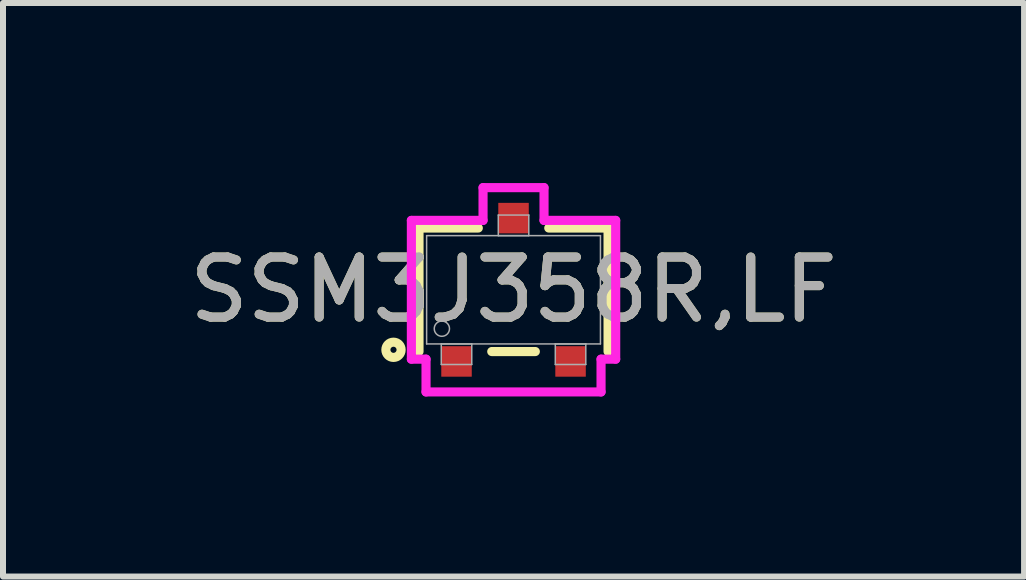
<source format=kicad_pcb>
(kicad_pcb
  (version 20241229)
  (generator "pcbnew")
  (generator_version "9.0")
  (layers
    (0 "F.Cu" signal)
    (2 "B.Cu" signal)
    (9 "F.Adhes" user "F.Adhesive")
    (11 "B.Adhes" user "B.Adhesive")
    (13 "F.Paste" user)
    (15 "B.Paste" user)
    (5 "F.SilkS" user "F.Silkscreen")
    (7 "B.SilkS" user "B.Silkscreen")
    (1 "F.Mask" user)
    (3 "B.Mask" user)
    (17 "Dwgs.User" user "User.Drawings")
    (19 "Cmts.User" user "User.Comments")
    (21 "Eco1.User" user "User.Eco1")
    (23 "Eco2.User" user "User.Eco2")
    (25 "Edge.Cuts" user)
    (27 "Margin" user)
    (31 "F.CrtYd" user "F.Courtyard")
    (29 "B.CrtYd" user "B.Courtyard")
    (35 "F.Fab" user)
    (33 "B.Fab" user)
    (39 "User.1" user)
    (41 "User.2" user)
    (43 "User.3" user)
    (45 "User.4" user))
  (footprint "SSM3J358R,LF"
    (layer "F.Cu")
    (at 5.506 1.778)
    (property "Reference" "SSM3J358R,LF" (at 0 0 0) (unlocked yes) (layer "F.SilkS") (effects (font (size 1 1) (thickness 0.15))))
    (attr smd)
    (fp_line (start -1.575 -1.029) (end -1.575 1.029) (stroke (width 0.152) (type solid)) (layer "F.SilkS"))
    (fp_line (start -0.587 -1.029) (end -1.575 -1.029) (stroke (width 0.152) (type solid)) (layer "F.SilkS"))
    (fp_line (start -0.363 1.029) (end 0.363 1.029) (stroke (width 0.152) (type solid)) (layer "F.SilkS"))
    (fp_line (start 1.575 -1.029) (end 0.587 -1.029) (stroke (width 0.152) (type solid)) (layer "F.SilkS"))
    (fp_line (start 1.575 1.029) (end 1.575 -1.029) (stroke (width 0.152) (type solid)) (layer "F.SilkS"))
    (fp_circle (center -2 1) (end -1.873 1) (stroke (width 0.152) (type solid)) (fill no) (layer "F.SilkS"))
    (fp_line (start -1.702 -1.156) (end -0.508 -1.156) (stroke (width 0.152) (type solid)) (layer "F.CrtYd"))
    (fp_line (start -1.702 1.156) (end -1.702 -1.156) (stroke (width 0.152) (type solid)) (layer "F.CrtYd"))
    (fp_line (start -1.702 1.156) (end -1.458 1.156) (stroke (width 0.152) (type solid)) (layer "F.CrtYd"))
    (fp_line (start -1.458 1.156) (end -1.458 1.702) (stroke (width 0.152) (type solid)) (layer "F.CrtYd"))
    (fp_line (start -1.458 1.702) (end 1.458 1.702) (stroke (width 0.152) (type solid)) (layer "F.CrtYd"))
    (fp_line (start -0.508 -1.702) (end 0.508 -1.702) (stroke (width 0.152) (type solid)) (layer "F.CrtYd"))
    (fp_line (start -0.508 -1.156) (end -0.508 -1.702) (stroke (width 0.152) (type solid)) (layer "F.CrtYd"))
    (fp_line (start 0.508 -1.156) (end 0.508 -1.702) (stroke (width 0.152) (type solid)) (layer "F.CrtYd"))
    (fp_line (start 1.458 1.156) (end 1.458 1.702) (stroke (width 0.152) (type solid)) (layer "F.CrtYd"))
    (fp_line (start 1.702 -1.156) (end 0.508 -1.156) (stroke (width 0.152) (type solid)) (layer "F.CrtYd"))
    (fp_line (start 1.702 -1.156) (end 1.702 1.156) (stroke (width 0.152) (type solid)) (layer "F.CrtYd"))
    (fp_line (start 1.702 1.156) (end 1.458 1.156) (stroke (width 0.152) (type solid)) (layer "F.CrtYd"))
    (fp_line (start -1.448 -0.902) (end -1.448 0.902) (stroke (width 0.025) (type solid)) (layer "F.Fab"))
    (fp_line (start -1.448 0.902) (end 1.448 0.902) (stroke (width 0.025) (type solid)) (layer "F.Fab"))
    (fp_line (start -1.204 0.902) (end -1.204 1.245) (stroke (width 0.025) (type solid)) (layer "F.Fab"))
    (fp_line (start -1.204 1.245) (end -0.696 1.245) (stroke (width 0.025) (type solid)) (layer "F.Fab"))
    (fp_line (start -0.696 0.902) (end -1.204 0.902) (stroke (width 0.025) (type solid)) (layer "F.Fab"))
    (fp_line (start -0.696 1.245) (end -0.696 0.902) (stroke (width 0.025) (type solid)) (layer "F.Fab"))
    (fp_line (start -0.254 -1.245) (end -0.254 -0.902) (stroke (width 0.025) (type solid)) (layer "F.Fab"))
    (fp_line (start -0.254 -0.902) (end 0.254 -0.902) (stroke (width 0.025) (type solid)) (layer "F.Fab"))
    (fp_line (start 0.254 -1.245) (end -0.254 -1.245) (stroke (width 0.025) (type solid)) (layer "F.Fab"))
    (fp_line (start 0.254 -0.902) (end 0.254 -1.245) (stroke (width 0.025) (type solid)) (layer "F.Fab"))
    (fp_line (start 0.696 0.902) (end 0.696 1.245) (stroke (width 0.025) (type solid)) (layer "F.Fab"))
    (fp_line (start 0.696 1.245) (end 1.204 1.245) (stroke (width 0.025) (type solid)) (layer "F.Fab"))
    (fp_line (start 1.204 0.902) (end 0.696 0.902) (stroke (width 0.025) (type solid)) (layer "F.Fab"))
    (fp_line (start 1.204 1.245) (end 1.204 0.902) (stroke (width 0.025) (type solid)) (layer "F.Fab"))
    (fp_line (start 1.448 -0.902) (end -1.448 -0.902) (stroke (width 0.025) (type solid)) (layer "F.Fab"))
    (fp_line (start 1.448 0.902) (end 1.448 -0.902) (stroke (width 0.025) (type solid)) (layer "F.Fab"))
    (fp_circle (center -1.194 0.648) (end -1.067 0.648) (stroke (width 0.025) (type solid)) (fill no) (layer "F.Fab"))
    (fp_text user "${REFERENCE}" (at 0 0 0) (unlocked yes) (layer "F.Fab") (effects (font (size 1 1) (thickness 0.15))))
    (pad "1" smd rect (at -0.95 1.194) (size 0.508 0.508) (layers "F.Cu" "F.Mask" "F.Paste"))
    (pad "2" smd rect (at 0.95 1.194) (size 0.508 0.508) (layers "F.Cu" "F.Mask" "F.Paste"))
    (pad "3" smd rect (at 0 -1.194) (size 0.508 0.508) (layers "F.Cu" "F.Mask" "F.Paste")))
  (gr_rect
    (start -3 -3)
    (end 14.012 6.556)
    (stroke (width 0.1) (type default))
    (fill no)
    (layer "Edge.Cuts")))
</source>
